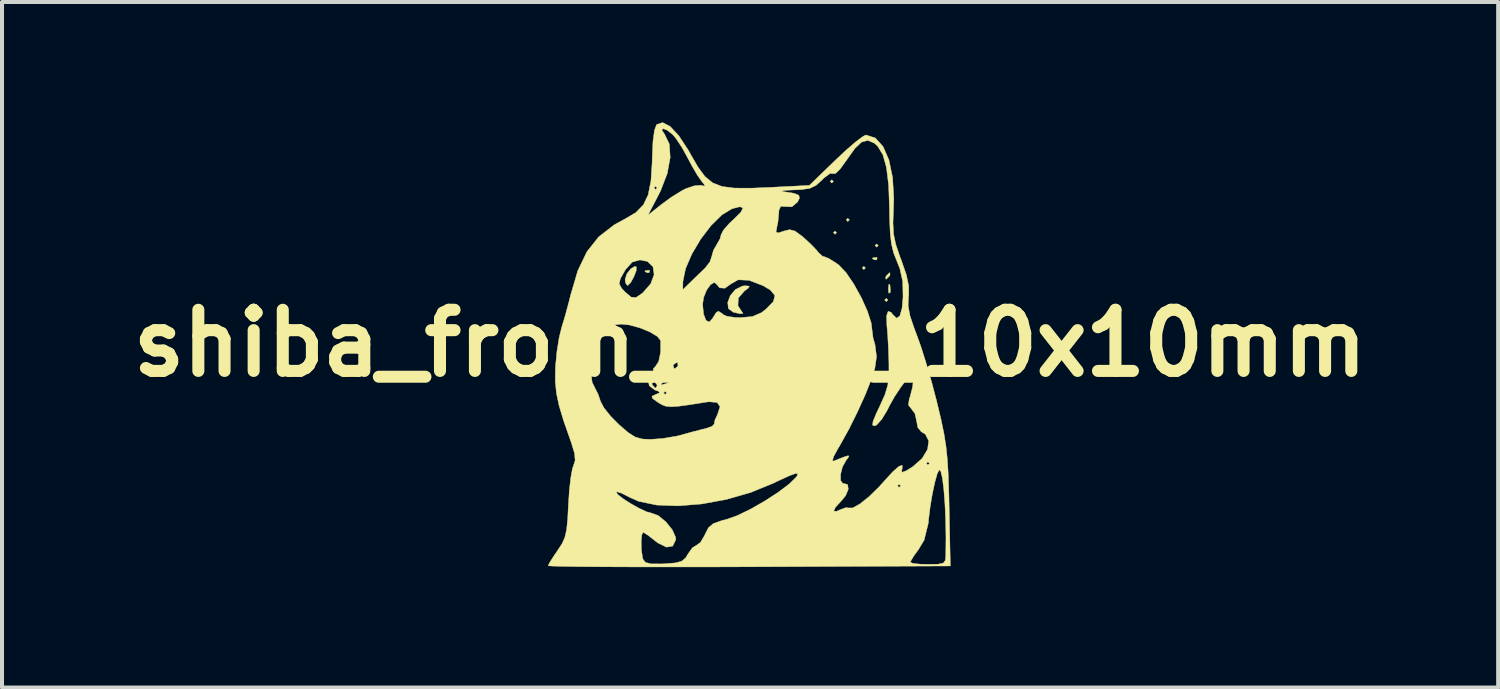
<source format=kicad_pcb>
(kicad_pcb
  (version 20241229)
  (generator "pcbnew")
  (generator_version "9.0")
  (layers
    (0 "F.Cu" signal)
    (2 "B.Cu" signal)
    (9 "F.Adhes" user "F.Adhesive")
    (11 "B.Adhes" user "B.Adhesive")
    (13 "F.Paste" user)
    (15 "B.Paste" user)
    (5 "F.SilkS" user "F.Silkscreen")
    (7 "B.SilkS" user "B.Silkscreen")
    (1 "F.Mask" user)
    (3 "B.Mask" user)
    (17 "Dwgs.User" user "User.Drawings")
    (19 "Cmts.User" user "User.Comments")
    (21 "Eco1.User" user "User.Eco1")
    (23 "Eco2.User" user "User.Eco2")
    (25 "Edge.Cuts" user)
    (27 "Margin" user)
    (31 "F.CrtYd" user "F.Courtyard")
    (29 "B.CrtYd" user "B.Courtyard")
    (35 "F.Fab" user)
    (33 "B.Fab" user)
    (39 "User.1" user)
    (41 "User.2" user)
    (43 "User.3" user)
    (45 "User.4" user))
  (footprint "shiba_from_bmp_10x10mm"
    (layer "F.Cu")
    (at 15.646 5.506)
    (property "Reference" "shiba_from_bmp_10x10mm" (at 0 0 0) (layer "F.SilkS") (effects (font (size 1.524 1.524) (thickness 0.3))))
    (attr through_hole)
    (fp_poly (pts (xy 2.077 -4.034) (xy 2.037 -3.994) (xy 1.997 -4.034) (xy 2.037 -4.074) (xy 2.077 -4.034)) (stroke (width 0.01) (type solid)) (fill yes) (layer "F.SilkS"))
    (fp_poly (pts (xy 2.157 -2.756) (xy 2.117 -2.716) (xy 2.077 -2.756) (xy 2.117 -2.796) (xy 2.157 -2.756)) (stroke (width 0.01) (type solid)) (fill yes) (layer "F.SilkS"))
    (fp_poly (pts (xy 2.476 -3.075) (xy 2.436 -3.035) (xy 2.396 -3.075) (xy 2.436 -3.115) (xy 2.476 -3.075)) (stroke (width 0.01) (type solid)) (fill yes) (layer "F.SilkS"))
    (fp_poly (pts (xy 2.875 -1.877) (xy 2.836 -1.837) (xy 2.796 -1.877) (xy 2.836 -1.917) (xy 2.875 -1.877)) (stroke (width 0.01) (type solid)) (fill yes) (layer "F.SilkS"))
    (fp_poly (pts (xy 3.195 -2.436) (xy 3.155 -2.396) (xy 3.115 -2.436) (xy 3.155 -2.476) (xy 3.195 -2.436)) (stroke (width 0.01) (type solid)) (fill yes) (layer "F.SilkS"))
    (fp_poly (pts (xy 3.435 -1.078) (xy 3.395 -1.038) (xy 3.355 -1.078) (xy 3.395 -1.118) (xy 3.435 -1.078)) (stroke (width 0.01) (type solid)) (fill yes) (layer "F.SilkS"))
    (fp_poly (pts (xy -2.503 -1.81) (xy -2.514 -1.763) (xy -2.556 -1.757) (xy -2.622 -1.786) (xy -2.609 -1.81) (xy -2.514 -1.82) (xy -2.503 -1.81)) (stroke (width 0.01) (type solid)) (fill yes) (layer "F.SilkS"))
    (fp_poly (pts (xy 3.168 -2.13) (xy 3.157 -2.082) (xy 3.115 -2.077) (xy 3.049 -2.106) (xy 3.062 -2.13) (xy 3.157 -2.14) (xy 3.168 -2.13)) (stroke (width 0.01) (type solid)) (fill yes) (layer "F.SilkS"))
    (fp_poly (pts (xy 3.487 -1.458) (xy 3.498 -1.294) (xy 3.487 -1.258) (xy 3.458 -1.248) (xy 3.447 -1.358) (xy 3.46 -1.471) (xy 3.487 -1.458)) (stroke (width 0.01) (type solid)) (fill yes) (layer "F.SilkS"))
    (fp_poly (pts (xy 3.489 -1.706) (xy 3.475 -1.677) (xy 3.399 -1.601) (xy 3.385 -1.597) (xy 3.38 -1.649) (xy 3.395 -1.677) (xy 3.47 -1.754) (xy 3.484 -1.757) (xy 3.489 -1.706)) (stroke (width 0.01) (type solid)) (fill yes) (layer "F.SilkS"))
    (fp_poly (pts (xy -2.834 -1.903) (xy -2.837 -1.811) (xy -2.896 -1.657) (xy -2.978 -1.509) (xy -3.052 -1.439) (xy -3.055 -1.438) (xy -3.105 -1.504) (xy -3.115 -1.588) (xy -3.073 -1.726) (xy -2.978 -1.852) (xy -2.876 -1.915) (xy -2.834 -1.903)) (stroke (width 0.01) (type solid)) (fill yes) (layer "F.SilkS"))
    (fp_poly (pts (xy -0.017 -1.421) (xy -0.044 -1.374) (xy -0.14 -1.304) (xy -0.292 -1.129) (xy -0.302 -0.936) (xy -0.224 -0.815) (xy -0.176 -0.745) (xy -0.246 -0.735) (xy -0.419 -0.774) (xy -0.54 -0.865) (xy -0.557 -1.018) (xy -0.492 -1.19) (xy -0.364 -1.34) (xy -0.19 -1.426) (xy -0.114 -1.434) (xy -0.017 -1.421)) (stroke (width 0.01) (type solid)) (fill yes) (layer "F.SilkS"))
    (fp_poly (pts (xy -1.995 -5.407) (xy -1.779 -5.176) (xy -1.542 -4.817) (xy -1.484 -4.713) (xy -1.297 -4.389) (xy -1.124 -4.156) (xy -0.935 -4) (xy -0.701 -3.908) (xy -0.391 -3.868) (xy 0.024 -3.866) (xy 0.439 -3.883) (xy 1.478 -3.935) (xy 2.127 -4.563) (xy 2.396 -4.815) (xy 2.632 -5.019) (xy 2.807 -5.151) (xy 2.888 -5.192) (xy 3.122 -5.117) (xy 3.315 -4.903) (xy 3.461 -4.569) (xy 3.552 -4.133) (xy 3.583 -3.611) (xy 3.575 -3.362) (xy 3.562 -2.998) (xy 3.577 -2.724) (xy 3.629 -2.472) (xy 3.73 -2.173) (xy 3.767 -2.077) (xy 3.895 -1.706) (xy 3.954 -1.426) (xy 3.954 -1.19) (xy 3.949 -1.158) (xy 3.94 -0.937) (xy 3.985 -0.688) (xy 4.095 -0.362) (xy 4.146 -0.23) (xy 4.259 0.084) (xy 4.391 0.502) (xy 4.527 0.972) (xy 4.65 1.441) (xy 4.661 1.488) (xy 4.761 1.905) (xy 4.833 2.252) (xy 4.884 2.571) (xy 4.918 2.903) (xy 4.941 3.289) (xy 4.956 3.772) (xy 4.962 4.074) (xy 4.992 5.551) (xy -0.02 5.572) (xy -0.898 5.575) (xy -1.728 5.576) (xy -2.495 5.576) (xy -3.186 5.574) (xy -3.788 5.571) (xy -4.286 5.567) (xy -4.668 5.561) (xy -4.92 5.554) (xy -5.029 5.547) (xy -5.032 5.545) (xy -4.99 5.458) (xy -4.881 5.287) (xy -4.797 5.165) (xy -4.687 4.997) (xy -4.616 4.837) (xy -4.572 4.642) (xy -4.545 4.368) (xy -4.528 4.028) (xy -4.507 3.707) (xy -3.334 3.707) (xy -3.3 3.769) (xy -3.165 3.874) (xy -2.97 3.999) (xy -2.758 4.117) (xy -2.571 4.204) (xy -2.458 4.233) (xy -2.287 4.296) (xy -2.098 4.452) (xy -1.939 4.649) (xy -1.855 4.837) (xy -1.852 4.899) (xy -1.928 5.055) (xy -2.082 5.082) (xy -2.295 4.979) (xy -2.377 4.916) (xy -2.542 4.787) (xy -2.653 4.717) (xy -2.667 4.713) (xy -2.701 4.782) (xy -2.714 4.949) (xy -2.708 5.154) (xy -2.681 5.337) (xy -2.666 5.389) (xy -2.604 5.464) (xy -2.468 5.498) (xy -2.221 5.5) (xy -2.138 5.497) (xy -1.865 5.475) (xy -1.802 5.459) (xy 3.994 5.459) (xy 4.066 5.488) (xy 4.252 5.507) (xy 4.433 5.511) (xy 4.684 5.507) (xy 4.816 5.479) (xy 4.868 5.41) (xy 4.878 5.292) (xy 4.883 4.844) (xy 4.875 4.399) (xy 4.856 3.985) (xy 4.828 3.627) (xy 4.792 3.352) (xy 4.752 3.187) (xy 4.715 3.154) (xy 4.665 3.252) (xy 4.605 3.467) (xy 4.543 3.757) (xy 4.489 4.079) (xy 4.45 4.392) (xy 4.443 4.483) (xy 4.339 4.906) (xy 4.205 5.13) (xy 4.076 5.31) (xy 4.001 5.436) (xy 3.994 5.459) (xy -1.802 5.459) (xy -1.703 5.433) (xy -1.606 5.35) (xy -1.548 5.253) (xy -1.437 5.097) (xy -1.331 5.032) (xy -1.331 5.032) (xy -1.237 4.965) (xy -1.138 4.799) (xy -1.122 4.763) (xy -1.039 4.599) (xy -0.918 4.496) (xy -0.71 4.421) (xy -0.586 4.39) (xy -0.319 4.295) (xy 0.012 4.135) (xy 0.365 3.933) (xy 0.7 3.716) (xy 0.976 3.508) (xy 1.152 3.335) (xy 1.167 3.314) (xy 1.19 3.251) (xy 1.13 3.247) (xy 0.97 3.306) (xy 0.692 3.434) (xy 0.576 3.49) (xy 0.011 3.721) (xy -0.594 3.894) (xy -1.206 4.006) (xy -1.794 4.053) (xy -2.326 4.033) (xy -2.77 3.942) (xy -3.006 3.838) (xy -3.192 3.742) (xy -3.315 3.702) (xy -3.334 3.707) (xy -4.507 3.707) (xy -4.505 3.668) (xy -4.469 3.352) (xy -4.428 3.126) (xy -4.402 3.052) (xy -4.36 2.919) (xy -4.374 2.747) (xy -4.452 2.489) (xy -4.477 2.418) (xy -4.646 1.935) (xy -4.76 1.557) (xy -4.826 1.244) (xy -4.855 0.952) (xy -4.854 0.836) (xy -3.954 0.836) (xy -3.936 0.974) (xy -3.888 1.07) (xy -3.782 1.284) (xy -3.728 1.447) (xy -3.644 1.607) (xy -3.474 1.82) (xy -3.27 2.026) (xy -3.036 2.227) (xy -2.859 2.339) (xy -2.685 2.387) (xy -2.484 2.396) (xy -2.165 2.372) (xy -1.819 2.312) (xy -1.712 2.285) (xy -1.433 2.208) (xy -1.182 2.143) (xy -1.099 2.124) (xy -0.946 2.07) (xy -0.896 2.015) (xy -0.874 1.908) (xy -0.812 1.776) (xy -0.748 1.583) (xy -0.819 1.477) (xy -1.023 1.458) (xy -1.108 1.469) (xy -1.512 1.533) (xy -1.791 1.571) (xy -1.978 1.582) (xy -2.106 1.568) (xy -2.206 1.528) (xy -2.292 1.475) (xy -2.432 1.375) (xy -2.446 1.32) (xy -2.353 1.277) (xy -2.263 1.238) (xy -2.157 1.238) (xy -2.117 1.278) (xy -2.077 1.238) (xy -2.117 1.198) (xy -2.157 1.238) (xy -2.263 1.238) (xy -2.247 1.231) (xy -2.285 1.195) (xy -2.371 1.166) (xy -2.511 1.061) (xy -2.523 1.007) (xy -2.449 1.007) (xy -2.436 1.038) (xy -2.364 1.115) (xy -2.352 1.118) (xy -2.317 1.056) (xy -2.316 1.038) (xy -2.33 1.022) (xy -2.221 1.022) (xy -2.197 1.036) (xy -2.065 0.996) (xy -1.997 0.958) (xy -1.933 0.895) (xy -1.957 0.881) (xy -2.088 0.921) (xy -2.157 0.958) (xy -2.221 1.022) (xy -2.33 1.022) (xy -2.378 0.962) (xy -2.401 0.958) (xy -2.449 1.007) (xy -2.523 1.007) (xy -2.534 0.96) (xy -2.493 0.858) (xy -2.446 0.857) (xy -2.404 0.842) (xy -2.419 0.774) (xy -2.418 0.759) (xy -2.316 0.759) (xy -2.276 0.799) (xy -2.236 0.759) (xy -2.276 0.719) (xy -2.316 0.759) (xy -2.418 0.759) (xy -2.41 0.631) (xy -2.361 0.581) (xy -2.346 0.559) (xy -1.917 0.559) (xy -1.89 0.637) (xy -1.882 0.639) (xy -1.814 0.583) (xy -1.797 0.559) (xy -1.804 0.486) (xy -1.832 0.479) (xy -1.914 0.537) (xy -1.917 0.559) (xy -2.346 0.559) (xy -2.278 0.456) (xy -2.23 0.224) (xy -2.228 -0.062) (xy -2.228 -0.064) (xy -2.306 -0.167) (xy -2.493 -0.28) (xy -2.742 -0.383) (xy -3.005 -0.455) (xy -3.2 -0.477) (xy -3.442 -0.454) (xy -3.613 -0.363) (xy -3.736 -0.177) (xy -3.833 0.13) (xy -3.873 0.311) (xy -3.934 0.63) (xy -3.954 0.836) (xy -4.854 0.836) (xy -4.852 0.643) (xy -4.848 0.559) (xy -4.814 0.204) (xy -4.758 -0.144) (xy -4.695 -0.399) (xy -4.605 -0.697) (xy -4.531 -0.973) (xy -1.183 -0.973) (xy -1.159 -0.727) (xy -1.099 -0.571) (xy -1.018 -0.528) (xy -0.935 -0.619) (xy -0.929 -0.63) (xy -0.847 -0.762) (xy -0.791 -0.799) (xy -0.695 -0.741) (xy -0.679 -0.719) (xy -0.576 -0.672) (xy -0.371 -0.643) (xy -0.241 -0.639) (xy 0.058 -0.666) (xy 0.284 -0.763) (xy 0.393 -0.846) (xy 0.58 -1.037) (xy 0.619 -1.189) (xy 0.506 -1.327) (xy 0.323 -1.436) (xy -0.024 -1.569) (xy -0.297 -1.582) (xy -0.479 -1.478) (xy -0.627 -1.372) (xy -0.762 -1.382) (xy -0.82 -1.458) (xy -0.888 -1.517) (xy -0.984 -1.462) (xy -1.083 -1.325) (xy -1.157 -1.143) (xy -1.183 -0.973) (xy -4.531 -0.973) (xy -4.512 -1.043) (xy -4.474 -1.198) (xy -4.39 -1.482) (xy -3.262 -1.482) (xy -3.203 -1.371) (xy -3.115 -1.278) (xy -2.963 -1.149) (xy -2.841 -1.141) (xy -2.68 -1.252) (xy -2.671 -1.26) (xy -2.606 -1.335) (xy -1.677 -1.335) (xy -1.482 -1.526) (xy -1.29 -1.712) (xy -1.123 -1.871) (xy -1.001 -2.029) (xy -0.958 -2.155) (xy -0.912 -2.32) (xy -0.841 -2.441) (xy -0.748 -2.606) (xy -0.721 -2.707) (xy -0.689 -2.771) (xy 0.647 -2.771) (xy 0.707 -2.751) (xy 0.837 -2.795) (xy 0.987 -2.832) (xy 1.12 -2.797) (xy 1.294 -2.669) (xy 1.346 -2.625) (xy 1.533 -2.452) (xy 1.669 -2.308) (xy 1.701 -2.264) (xy 1.808 -2.168) (xy 1.854 -2.157) (xy 1.967 -2.111) (xy 2.147 -1.998) (xy 2.214 -1.949) (xy 2.393 -1.76) (xy 2.588 -1.473) (xy 2.774 -1.136) (xy 2.926 -0.798) (xy 3.019 -0.507) (xy 3.035 -0.378) (xy 3.065 -0.137) (xy 3.115 0.039) (xy 3.152 0.335) (xy 3.111 0.619) (xy 3.022 0.904) (xy 2.872 1.282) (xy 2.678 1.709) (xy 2.463 2.142) (xy 2.244 2.537) (xy 2.189 2.629) (xy 2.081 2.827) (xy 2.054 2.93) (xy 2.084 2.936) (xy 2.327 2.839) (xy 2.446 2.802) (xy 2.465 2.822) (xy 2.409 2.899) (xy 2.391 2.922) (xy 2.303 3.082) (xy 2.256 3.267) (xy 2.258 3.422) (xy 2.311 3.495) (xy 2.332 3.494) (xy 2.433 3.523) (xy 2.448 3.638) (xy 2.383 3.797) (xy 2.281 3.922) (xy 2.129 4.087) (xy 2.085 4.182) (xy 2.152 4.191) (xy 2.243 4.15) (xy 2.388 4.097) (xy 2.454 4.105) (xy 2.559 4.105) (xy 2.738 4.005) (xy 2.965 3.824) (xy 3.21 3.585) (xy 3.238 3.554) (xy 3.674 3.554) (xy 3.714 3.594) (xy 3.754 3.554) (xy 3.714 3.514) (xy 3.674 3.554) (xy 3.238 3.554) (xy 3.327 3.455) (xy 3.552 3.208) (xy 3.711 3.068) (xy 3.794 3.041) (xy 3.791 3.132) (xy 3.779 3.164) (xy 3.787 3.218) (xy 3.897 3.176) (xy 4.054 3.078) (xy 4.149 2.995) (xy 4.393 2.995) (xy 4.433 3.035) (xy 4.473 2.995) (xy 4.433 2.955) (xy 4.393 2.995) (xy 4.149 2.995) (xy 4.288 2.872) (xy 4.424 2.646) (xy 4.454 2.434) (xy 4.369 2.267) (xy 4.267 2.205) (xy 4.182 2.101) (xy 4.153 1.948) (xy 4.11 1.754) (xy 4.029 1.644) (xy 3.949 1.543) (xy 3.967 1.391) (xy 3.989 1.33) (xy 4.052 1.086) (xy 4.071 0.893) (xy 4.061 0.75) (xy 4.02 0.749) (xy 3.961 0.82) (xy 3.753 1.102) (xy 3.606 1.322) (xy 3.482 1.543) (xy 3.414 1.677) (xy 3.286 1.89) (xy 3.161 2.031) (xy 3.108 2.06) (xy 3.054 2.043) (xy 3.066 1.946) (xy 3.148 1.746) (xy 3.227 1.581) (xy 3.361 1.285) (xy 3.434 1.039) (xy 3.462 0.768) (xy 3.461 0.479) (xy 3.449 0.128) (xy 3.43 -0.211) (xy 3.409 -0.459) (xy 3.403 -0.687) (xy 3.442 -0.796) (xy 3.517 -0.77) (xy 3.554 -0.719) (xy 3.653 -0.624) (xy 3.733 -0.68) (xy 3.789 -0.877) (xy 3.813 -1.153) (xy 3.805 -1.541) (xy 3.734 -1.861) (xy 3.658 -2.051) (xy 3.577 -2.256) (xy 3.524 -2.473) (xy 3.493 -2.745) (xy 3.478 -3.113) (xy 3.475 -3.355) (xy 3.454 -3.938) (xy 3.4 -4.381) (xy 3.31 -4.701) (xy 3.18 -4.914) (xy 3.097 -4.988) (xy 2.938 -5.056) (xy 2.783 -5.017) (xy 2.612 -4.856) (xy 2.402 -4.561) (xy 2.394 -4.55) (xy 2.248 -4.346) (xy 2.133 -4.233) (xy 2.08 -4.228) (xy 1.996 -4.234) (xy 1.844 -4.121) (xy 1.797 -4.074) (xy 1.645 -3.936) (xy 1.488 -3.861) (xy 1.265 -3.829) (xy 1.083 -3.822) (xy 0.873 -3.812) (xy 0.785 -3.796) (xy 0.837 -3.779) (xy 0.839 -3.779) (xy 1.094 -3.738) (xy 1.216 -3.689) (xy 1.231 -3.614) (xy 1.182 -3.519) (xy 1.042 -3.401) (xy 0.901 -3.406) (xy 0.763 -3.414) (xy 0.719 -3.311) (xy 0.718 -3.264) (xy 0.695 -3.025) (xy 0.668 -2.894) (xy 0.647 -2.771) (xy -0.689 -2.771) (xy -0.663 -2.821) (xy -0.519 -2.986) (xy -0.419 -3.079) (xy -0.231 -3.264) (xy -0.176 -3.374) (xy -0.256 -3.403) (xy -0.451 -3.353) (xy -0.703 -3.2) (xy -0.972 -2.935) (xy -1.23 -2.596) (xy -1.451 -2.224) (xy -1.608 -1.859) (xy -1.674 -1.541) (xy -1.674 -1.526) (xy -1.677 -1.335) (xy -2.606 -1.335) (xy -2.475 -1.485) (xy -2.392 -1.711) (xy -2.42 -1.907) (xy -2.556 -2.039) (xy -2.746 -2.077) (xy -2.937 -2.023) (xy -3.1 -1.842) (xy -3.116 -1.817) (xy -3.232 -1.612) (xy -3.262 -1.482) (xy -4.39 -1.482) (xy -4.296 -1.804) (xy -4.068 -2.28) (xy -3.772 -2.653) (xy -3.386 -2.952) (xy -3.105 -3.106) (xy -2.957 -3.193) (xy -2.545 -3.193) (xy -2.211 -3.459) (xy -1.959 -3.643) (xy -1.703 -3.801) (xy -1.605 -3.852) (xy -1.392 -3.924) (xy -1.224 -3.938) (xy -1.205 -3.933) (xy -1.124 -3.913) (xy -1.151 -3.97) (xy -1.209 -4.04) (xy -1.317 -4.196) (xy -1.456 -4.435) (xy -1.551 -4.615) (xy -1.695 -4.876) (xy -1.841 -5.098) (xy -1.92 -5.195) (xy -2.063 -5.309) (xy -2.167 -5.35) (xy -2.201 -5.316) (xy -2.129 -5.206) (xy -2.012 -4.964) (xy -1.991 -4.63) (xy -2.064 -4.233) (xy -2.228 -3.805) (xy -2.271 -3.719) (xy -2.545 -3.193) (xy -2.957 -3.193) (xy -2.845 -3.26) (xy -2.661 -3.448) (xy -2.54 -3.698) (xy -2.505 -3.874) (xy -2.396 -3.874) (xy -2.356 -3.834) (xy -2.316 -3.874) (xy -2.356 -3.914) (xy -2.396 -3.874) (xy -2.505 -3.874) (xy -2.471 -4.04) (xy -2.441 -4.503) (xy -2.437 -4.654) (xy -2.42 -5.034) (xy -2.383 -5.308) (xy -2.331 -5.449) (xy -2.329 -5.451) (xy -2.181 -5.501) (xy -1.995 -5.407)) (stroke (width 0.01) (type solid)) (fill yes) (layer "F.SilkS")))
  (gr_rect
    (start -3 -3)
    (end 34.293 14.087)
    (stroke (width 0.1) (type default))
    (fill no)
    (layer "Edge.Cuts")))
</source>
